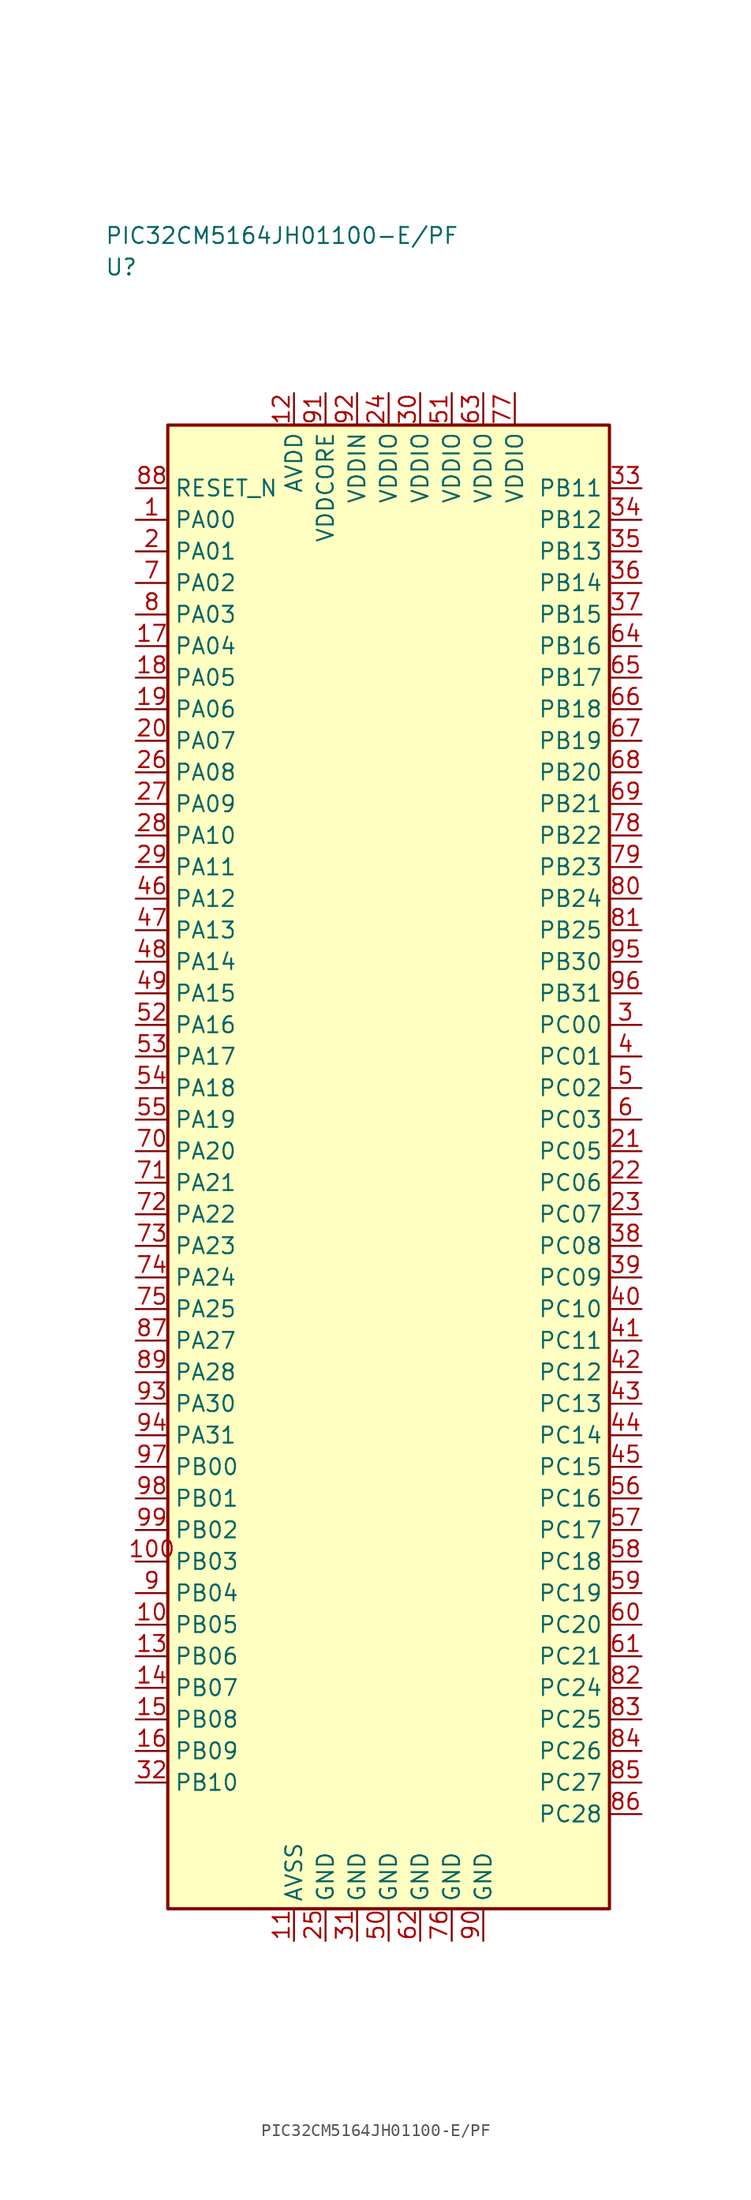
<source format=kicad_sym>
(kicad_symbol_lib
  (version 20241025)
  (generator "kicad_symbol_editor")
  (generator_version "8.0")
  (symbol "PIC32CM5164JH01100-E/PF"
    (property "Reference" "U"
      (at -22.5 71.25 0)
      (effects (font (size 1.27 1.27)) (justify left)))
    (property "Value" "PIC32CM5164JH01100-E/PF"
      (at -22.5 73.75 0)
      (effects (font (size 1.27 1.27)) (justify left)))
    (symbol "PIC32CM5164JH01100-E/PF_0_1"
      (rectangle (start -17.5 58.75) (end 17.5 -58.75) (stroke (width 0.254) (type default)) (fill (type background))))
    (symbol "PIC32CM5164JH01100-E/PF_1_1"
      (pin bidirectional line (at -20.04 51.25 0.0) (length 2.54) (name "PA00" (effects (font (size 1.27 1.27)))) (number "1" (effects (font (size 1.27 1.27)))))
      (pin bidirectional line (at -20.04 48.75 0.0) (length 2.54) (name "PA01" (effects (font (size 1.27 1.27)))) (number "2" (effects (font (size 1.27 1.27)))))
      (pin bidirectional line (at 20.04 11.25 180.0) (length 2.54) (name "PC00" (effects (font (size 1.27 1.27)))) (number "3" (effects (font (size 1.27 1.27)))))
      (pin bidirectional line (at 20.04 8.75 180.0) (length 2.54) (name "PC01" (effects (font (size 1.27 1.27)))) (number "4" (effects (font (size 1.27 1.27)))))
      (pin bidirectional line (at 20.04 6.25 180.0) (length 2.54) (name "PC02" (effects (font (size 1.27 1.27)))) (number "5" (effects (font (size 1.27 1.27)))))
      (pin bidirectional line (at 20.04 3.75 180.0) (length 2.54) (name "PC03" (effects (font (size 1.27 1.27)))) (number "6" (effects (font (size 1.27 1.27)))))
      (pin bidirectional line (at -20.04 46.25 0.0) (length 2.54) (name "PA02" (effects (font (size 1.27 1.27)))) (number "7" (effects (font (size 1.27 1.27)))))
      (pin bidirectional line (at -20.04 43.75 0.0) (length 2.54) (name "PA03" (effects (font (size 1.27 1.27)))) (number "8" (effects (font (size 1.27 1.27)))))
      (pin bidirectional line (at -20.04 -33.75 0.0) (length 2.54) (name "PB04" (effects (font (size 1.27 1.27)))) (number "9" (effects (font (size 1.27 1.27)))))
      (pin bidirectional line (at -20.04 -36.25 0.0) (length 2.54) (name "PB05" (effects (font (size 1.27 1.27)))) (number "10" (effects (font (size 1.27 1.27)))))
      (pin passive line (at -7.5 -61.29 90.0) (length 2.54) (name "AVSS" (effects (font (size 1.27 1.27)))) (number "11" (effects (font (size 1.27 1.27)))))
      (pin power_in line (at -7.5 61.29 270.0) (length 2.54) (name "AVDD" (effects (font (size 1.27 1.27)))) (number "12" (effects (font (size 1.27 1.27)))))
      (pin bidirectional line (at -20.04 -38.75 0.0) (length 2.54) (name "PB06" (effects (font (size 1.27 1.27)))) (number "13" (effects (font (size 1.27 1.27)))))
      (pin bidirectional line (at -20.04 -41.25 0.0) (length 2.54) (name "PB07" (effects (font (size 1.27 1.27)))) (number "14" (effects (font (size 1.27 1.27)))))
      (pin bidirectional line (at -20.04 -43.75 0.0) (length 2.54) (name "PB08" (effects (font (size 1.27 1.27)))) (number "15" (effects (font (size 1.27 1.27)))))
      (pin bidirectional line (at -20.04 -46.25 0.0) (length 2.54) (name "PB09" (effects (font (size 1.27 1.27)))) (number "16" (effects (font (size 1.27 1.27)))))
      (pin bidirectional line (at -20.04 41.25 0.0) (length 2.54) (name "PA04" (effects (font (size 1.27 1.27)))) (number "17" (effects (font (size 1.27 1.27)))))
      (pin bidirectional line (at -20.04 38.75 0.0) (length 2.54) (name "PA05" (effects (font (size 1.27 1.27)))) (number "18" (effects (font (size 1.27 1.27)))))
      (pin bidirectional line (at -20.04 36.25 0.0) (length 2.54) (name "PA06" (effects (font (size 1.27 1.27)))) (number "19" (effects (font (size 1.27 1.27)))))
      (pin bidirectional line (at -20.04 33.75 0.0) (length 2.54) (name "PA07" (effects (font (size 1.27 1.27)))) (number "20" (effects (font (size 1.27 1.27)))))
      (pin bidirectional line (at 20.04 1.25 180.0) (length 2.54) (name "PC05" (effects (font (size 1.27 1.27)))) (number "21" (effects (font (size 1.27 1.27)))))
      (pin bidirectional line (at 20.04 -1.25 180.0) (length 2.54) (name "PC06" (effects (font (size 1.27 1.27)))) (number "22" (effects (font (size 1.27 1.27)))))
      (pin bidirectional line (at 20.04 -3.75 180.0) (length 2.54) (name "PC07" (effects (font (size 1.27 1.27)))) (number "23" (effects (font (size 1.27 1.27)))))
      (pin power_in line (at 0.0 61.29 270.0) (length 2.54) (name "VDDIO" (effects (font (size 1.27 1.27)))) (number "24" (effects (font (size 1.27 1.27)))))
      (pin passive line (at -5.0 -61.29 90.0) (length 2.54) (name "GND" (effects (font (size 1.27 1.27)))) (number "25" (effects (font (size 1.27 1.27)))))
      (pin bidirectional line (at -20.04 31.25 0.0) (length 2.54) (name "PA08" (effects (font (size 1.27 1.27)))) (number "26" (effects (font (size 1.27 1.27)))))
      (pin bidirectional line (at -20.04 28.75 0.0) (length 2.54) (name "PA09" (effects (font (size 1.27 1.27)))) (number "27" (effects (font (size 1.27 1.27)))))
      (pin bidirectional line (at -20.04 26.25 0.0) (length 2.54) (name "PA10" (effects (font (size 1.27 1.27)))) (number "28" (effects (font (size 1.27 1.27)))))
      (pin bidirectional line (at -20.04 23.75 0.0) (length 2.54) (name "PA11" (effects (font (size 1.27 1.27)))) (number "29" (effects (font (size 1.27 1.27)))))
      (pin power_in line (at 2.5 61.29 270.0) (length 2.54) (name "VDDIO" (effects (font (size 1.27 1.27)))) (number "30" (effects (font (size 1.27 1.27)))))
      (pin passive line (at -2.5 -61.29 90.0) (length 2.54) (name "GND" (effects (font (size 1.27 1.27)))) (number "31" (effects (font (size 1.27 1.27)))))
      (pin bidirectional line (at -20.04 -48.75 0.0) (length 2.54) (name "PB10" (effects (font (size 1.27 1.27)))) (number "32" (effects (font (size 1.27 1.27)))))
      (pin bidirectional line (at 20.04 53.75 180.0) (length 2.54) (name "PB11" (effects (font (size 1.27 1.27)))) (number "33" (effects (font (size 1.27 1.27)))))
      (pin bidirectional line (at 20.04 51.25 180.0) (length 2.54) (name "PB12" (effects (font (size 1.27 1.27)))) (number "34" (effects (font (size 1.27 1.27)))))
      (pin bidirectional line (at 20.04 48.75 180.0) (length 2.54) (name "PB13" (effects (font (size 1.27 1.27)))) (number "35" (effects (font (size 1.27 1.27)))))
      (pin bidirectional line (at 20.04 46.25 180.0) (length 2.54) (name "PB14" (effects (font (size 1.27 1.27)))) (number "36" (effects (font (size 1.27 1.27)))))
      (pin bidirectional line (at 20.04 43.75 180.0) (length 2.54) (name "PB15" (effects (font (size 1.27 1.27)))) (number "37" (effects (font (size 1.27 1.27)))))
      (pin bidirectional line (at 20.04 -6.25 180.0) (length 2.54) (name "PC08" (effects (font (size 1.27 1.27)))) (number "38" (effects (font (size 1.27 1.27)))))
      (pin bidirectional line (at 20.04 -8.75 180.0) (length 2.54) (name "PC09" (effects (font (size 1.27 1.27)))) (number "39" (effects (font (size 1.27 1.27)))))
      (pin bidirectional line (at 20.04 -11.25 180.0) (length 2.54) (name "PC10" (effects (font (size 1.27 1.27)))) (number "40" (effects (font (size 1.27 1.27)))))
      (pin bidirectional line (at 20.04 -13.75 180.0) (length 2.54) (name "PC11" (effects (font (size 1.27 1.27)))) (number "41" (effects (font (size 1.27 1.27)))))
      (pin bidirectional line (at 20.04 -16.25 180.0) (length 2.54) (name "PC12" (effects (font (size 1.27 1.27)))) (number "42" (effects (font (size 1.27 1.27)))))
      (pin bidirectional line (at 20.04 -18.75 180.0) (length 2.54) (name "PC13" (effects (font (size 1.27 1.27)))) (number "43" (effects (font (size 1.27 1.27)))))
      (pin bidirectional line (at 20.04 -21.25 180.0) (length 2.54) (name "PC14" (effects (font (size 1.27 1.27)))) (number "44" (effects (font (size 1.27 1.27)))))
      (pin bidirectional line (at 20.04 -23.75 180.0) (length 2.54) (name "PC15" (effects (font (size 1.27 1.27)))) (number "45" (effects (font (size 1.27 1.27)))))
      (pin bidirectional line (at -20.04 21.25 0.0) (length 2.54) (name "PA12" (effects (font (size 1.27 1.27)))) (number "46" (effects (font (size 1.27 1.27)))))
      (pin bidirectional line (at -20.04 18.75 0.0) (length 2.54) (name "PA13" (effects (font (size 1.27 1.27)))) (number "47" (effects (font (size 1.27 1.27)))))
      (pin bidirectional line (at -20.04 16.25 0.0) (length 2.54) (name "PA14" (effects (font (size 1.27 1.27)))) (number "48" (effects (font (size 1.27 1.27)))))
      (pin bidirectional line (at -20.04 13.75 0.0) (length 2.54) (name "PA15" (effects (font (size 1.27 1.27)))) (number "49" (effects (font (size 1.27 1.27)))))
      (pin passive line (at 0.0 -61.29 90.0) (length 2.54) (name "GND" (effects (font (size 1.27 1.27)))) (number "50" (effects (font (size 1.27 1.27)))))
      (pin power_in line (at 5.0 61.29 270.0) (length 2.54) (name "VDDIO" (effects (font (size 1.27 1.27)))) (number "51" (effects (font (size 1.27 1.27)))))
      (pin bidirectional line (at -20.04 11.25 0.0) (length 2.54) (name "PA16" (effects (font (size 1.27 1.27)))) (number "52" (effects (font (size 1.27 1.27)))))
      (pin bidirectional line (at -20.04 8.75 0.0) (length 2.54) (name "PA17" (effects (font (size 1.27 1.27)))) (number "53" (effects (font (size 1.27 1.27)))))
      (pin bidirectional line (at -20.04 6.25 0.0) (length 2.54) (name "PA18" (effects (font (size 1.27 1.27)))) (number "54" (effects (font (size 1.27 1.27)))))
      (pin bidirectional line (at -20.04 3.75 0.0) (length 2.54) (name "PA19" (effects (font (size 1.27 1.27)))) (number "55" (effects (font (size 1.27 1.27)))))
      (pin bidirectional line (at 20.04 -26.25 180.0) (length 2.54) (name "PC16" (effects (font (size 1.27 1.27)))) (number "56" (effects (font (size 1.27 1.27)))))
      (pin bidirectional line (at 20.04 -28.75 180.0) (length 2.54) (name "PC17" (effects (font (size 1.27 1.27)))) (number "57" (effects (font (size 1.27 1.27)))))
      (pin bidirectional line (at 20.04 -31.25 180.0) (length 2.54) (name "PC18" (effects (font (size 1.27 1.27)))) (number "58" (effects (font (size 1.27 1.27)))))
      (pin bidirectional line (at 20.04 -33.75 180.0) (length 2.54) (name "PC19" (effects (font (size 1.27 1.27)))) (number "59" (effects (font (size 1.27 1.27)))))
      (pin bidirectional line (at 20.04 -36.25 180.0) (length 2.54) (name "PC20" (effects (font (size 1.27 1.27)))) (number "60" (effects (font (size 1.27 1.27)))))
      (pin bidirectional line (at 20.04 -38.75 180.0) (length 2.54) (name "PC21" (effects (font (size 1.27 1.27)))) (number "61" (effects (font (size 1.27 1.27)))))
      (pin passive line (at 2.5 -61.29 90.0) (length 2.54) (name "GND" (effects (font (size 1.27 1.27)))) (number "62" (effects (font (size 1.27 1.27)))))
      (pin power_in line (at 7.5 61.29 270.0) (length 2.54) (name "VDDIO" (effects (font (size 1.27 1.27)))) (number "63" (effects (font (size 1.27 1.27)))))
      (pin bidirectional line (at 20.04 41.25 180.0) (length 2.54) (name "PB16" (effects (font (size 1.27 1.27)))) (number "64" (effects (font (size 1.27 1.27)))))
      (pin bidirectional line (at 20.04 38.75 180.0) (length 2.54) (name "PB17" (effects (font (size 1.27 1.27)))) (number "65" (effects (font (size 1.27 1.27)))))
      (pin bidirectional line (at 20.04 36.25 180.0) (length 2.54) (name "PB18" (effects (font (size 1.27 1.27)))) (number "66" (effects (font (size 1.27 1.27)))))
      (pin bidirectional line (at 20.04 33.75 180.0) (length 2.54) (name "PB19" (effects (font (size 1.27 1.27)))) (number "67" (effects (font (size 1.27 1.27)))))
      (pin bidirectional line (at 20.04 31.25 180.0) (length 2.54) (name "PB20" (effects (font (size 1.27 1.27)))) (number "68" (effects (font (size 1.27 1.27)))))
      (pin bidirectional line (at 20.04 28.75 180.0) (length 2.54) (name "PB21" (effects (font (size 1.27 1.27)))) (number "69" (effects (font (size 1.27 1.27)))))
      (pin bidirectional line (at -20.04 1.25 0.0) (length 2.54) (name "PA20" (effects (font (size 1.27 1.27)))) (number "70" (effects (font (size 1.27 1.27)))))
      (pin bidirectional line (at -20.04 -1.25 0.0) (length 2.54) (name "PA21" (effects (font (size 1.27 1.27)))) (number "71" (effects (font (size 1.27 1.27)))))
      (pin bidirectional line (at -20.04 -3.75 0.0) (length 2.54) (name "PA22" (effects (font (size 1.27 1.27)))) (number "72" (effects (font (size 1.27 1.27)))))
      (pin bidirectional line (at -20.04 -6.25 0.0) (length 2.54) (name "PA23" (effects (font (size 1.27 1.27)))) (number "73" (effects (font (size 1.27 1.27)))))
      (pin bidirectional line (at -20.04 -8.75 0.0) (length 2.54) (name "PA24" (effects (font (size 1.27 1.27)))) (number "74" (effects (font (size 1.27 1.27)))))
      (pin bidirectional line (at -20.04 -11.25 0.0) (length 2.54) (name "PA25" (effects (font (size 1.27 1.27)))) (number "75" (effects (font (size 1.27 1.27)))))
      (pin passive line (at 5.0 -61.29 90.0) (length 2.54) (name "GND" (effects (font (size 1.27 1.27)))) (number "76" (effects (font (size 1.27 1.27)))))
      (pin power_in line (at 10.0 61.29 270.0) (length 2.54) (name "VDDIO" (effects (font (size 1.27 1.27)))) (number "77" (effects (font (size 1.27 1.27)))))
      (pin bidirectional line (at 20.04 26.25 180.0) (length 2.54) (name "PB22" (effects (font (size 1.27 1.27)))) (number "78" (effects (font (size 1.27 1.27)))))
      (pin bidirectional line (at 20.04 23.75 180.0) (length 2.54) (name "PB23" (effects (font (size 1.27 1.27)))) (number "79" (effects (font (size 1.27 1.27)))))
      (pin bidirectional line (at 20.04 21.25 180.0) (length 2.54) (name "PB24" (effects (font (size 1.27 1.27)))) (number "80" (effects (font (size 1.27 1.27)))))
      (pin bidirectional line (at 20.04 18.75 180.0) (length 2.54) (name "PB25" (effects (font (size 1.27 1.27)))) (number "81" (effects (font (size 1.27 1.27)))))
      (pin bidirectional line (at 20.04 -41.25 180.0) (length 2.54) (name "PC24" (effects (font (size 1.27 1.27)))) (number "82" (effects (font (size 1.27 1.27)))))
      (pin bidirectional line (at 20.04 -43.75 180.0) (length 2.54) (name "PC25" (effects (font (size 1.27 1.27)))) (number "83" (effects (font (size 1.27 1.27)))))
      (pin bidirectional line (at 20.04 -46.25 180.0) (length 2.54) (name "PC26" (effects (font (size 1.27 1.27)))) (number "84" (effects (font (size 1.27 1.27)))))
      (pin bidirectional line (at 20.04 -48.75 180.0) (length 2.54) (name "PC27" (effects (font (size 1.27 1.27)))) (number "85" (effects (font (size 1.27 1.27)))))
      (pin bidirectional line (at 20.04 -51.25 180.0) (length 2.54) (name "PC28" (effects (font (size 1.27 1.27)))) (number "86" (effects (font (size 1.27 1.27)))))
      (pin bidirectional line (at -20.04 -13.75 0.0) (length 2.54) (name "PA27" (effects (font (size 1.27 1.27)))) (number "87" (effects (font (size 1.27 1.27)))))
      (pin input line (at -20.04 53.75 0.0) (length 2.54) (name "RESET_N" (effects (font (size 1.27 1.27)))) (number "88" (effects (font (size 1.27 1.27)))))
      (pin bidirectional line (at -20.04 -16.25 0.0) (length 2.54) (name "PA28" (effects (font (size 1.27 1.27)))) (number "89" (effects (font (size 1.27 1.27)))))
      (pin passive line (at 7.5 -61.29 90.0) (length 2.54) (name "GND" (effects (font (size 1.27 1.27)))) (number "90" (effects (font (size 1.27 1.27)))))
      (pin power_in line (at -5.0 61.29 270.0) (length 2.54) (name "VDDCORE" (effects (font (size 1.27 1.27)))) (number "91" (effects (font (size 1.27 1.27)))))
      (pin power_in line (at -2.5 61.29 270.0) (length 2.54) (name "VDDIN" (effects (font (size 1.27 1.27)))) (number "92" (effects (font (size 1.27 1.27)))))
      (pin bidirectional line (at -20.04 -18.75 0.0) (length 2.54) (name "PA30" (effects (font (size 1.27 1.27)))) (number "93" (effects (font (size 1.27 1.27)))))
      (pin bidirectional line (at -20.04 -21.25 0.0) (length 2.54) (name "PA31" (effects (font (size 1.27 1.27)))) (number "94" (effects (font (size 1.27 1.27)))))
      (pin bidirectional line (at 20.04 16.25 180.0) (length 2.54) (name "PB30" (effects (font (size 1.27 1.27)))) (number "95" (effects (font (size 1.27 1.27)))))
      (pin bidirectional line (at 20.04 13.75 180.0) (length 2.54) (name "PB31" (effects (font (size 1.27 1.27)))) (number "96" (effects (font (size 1.27 1.27)))))
      (pin bidirectional line (at -20.04 -23.75 0.0) (length 2.54) (name "PB00" (effects (font (size 1.27 1.27)))) (number "97" (effects (font (size 1.27 1.27)))))
      (pin bidirectional line (at -20.04 -26.25 0.0) (length 2.54) (name "PB01" (effects (font (size 1.27 1.27)))) (number "98" (effects (font (size 1.27 1.27)))))
      (pin bidirectional line (at -20.04 -28.75 0.0) (length 2.54) (name "PB02" (effects (font (size 1.27 1.27)))) (number "99" (effects (font (size 1.27 1.27)))))
      (pin bidirectional line (at -20.04 -31.25 0.0) (length 2.54) (name "PB03" (effects (font (size 1.27 1.27)))) (number "100" (effects (font (size 1.27 1.27))))))))
</source>
